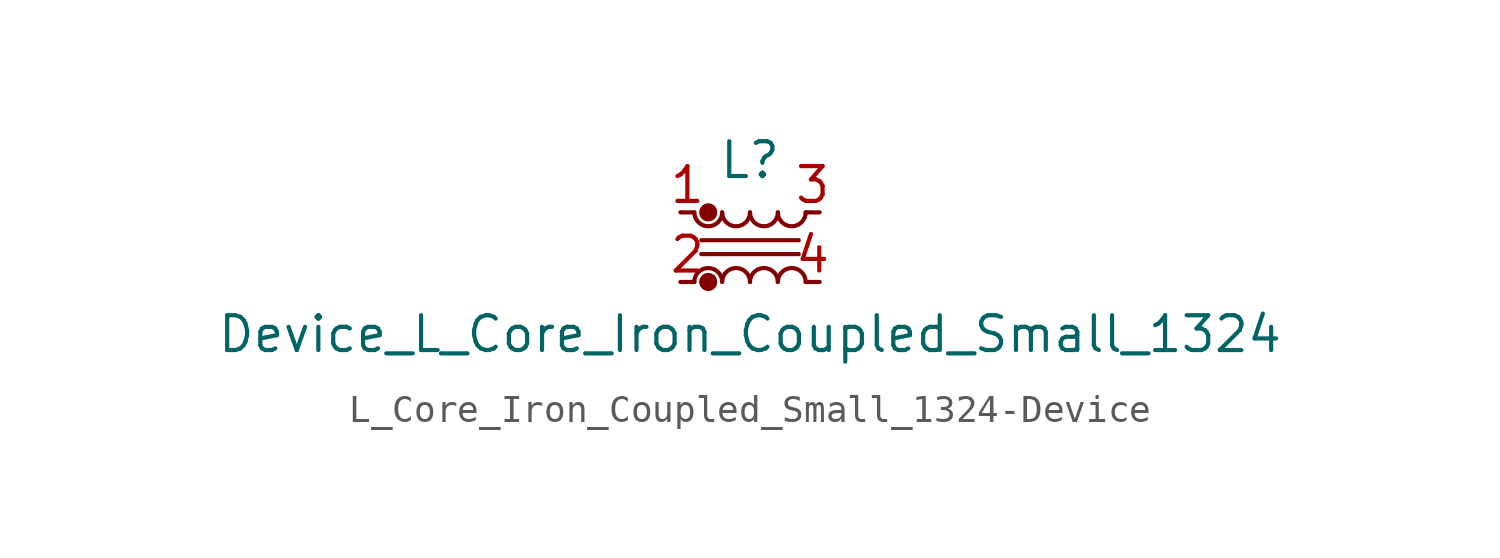
<source format=kicad_sym>
(kicad_symbol_lib
  (version 20220914)
  (generator kicad_symbol_editor)
  (symbol "L_Core_Iron_Coupled_Small_1324-Device"
    (pin_names
      (offset 0.254) hide)
    (property "Reference" "L"
      (at 0 3.175 0)
      (effects (font (size 1.27 1.27))))
    (property "Value" "Device_L_Core_Iron_Coupled_Small_1324"
      (at 0 -3.175 0)
      (effects (font (size 1.27 1.27))))
    (symbol "L_Core_Iron_Coupled_Small_1324-Device_0_1"
      (arc (start -2.032 1.27) (mid -1.524 0.762) (end -1.016 1.27) (stroke (width 0) (type solid)) (fill (type none)))
      (circle (center -1.524 -1.27) (radius 0.254) (stroke (width 0) (type solid)) (fill (type outline)))
      (circle (center -1.524 1.27) (radius 0.254) (stroke (width 0) (type solid)) (fill (type outline)))
      (arc (start -1.016 -1.27) (mid -1.524 -0.762) (end -2.032 -1.27) (stroke (width 0) (type solid)) (fill (type none)))
      (arc (start -1.016 1.27) (mid -0.508 0.762) (end 0 1.27) (stroke (width 0) (type solid)) (fill (type none)))
      (arc (start 0 -1.27) (mid -0.508 -0.762) (end -1.016 -1.27) (stroke (width 0) (type solid)) (fill (type none)))
      (polyline (pts (xy 1.778 -0.254) (xy -1.778 -0.254)) (stroke (width 0) (type solid)) (fill (type none)))
      (polyline (pts (xy 1.778 0.254) (xy -1.778 0.254)) (stroke (width 0) (type solid)) (fill (type none)))
      (arc (start 0 1.27) (mid 0.508 0.762) (end 1.016 1.27) (stroke (width 0) (type solid)) (fill (type none)))
      (arc (start 1.016 -1.27) (mid 0.508 -0.762) (end 0 -1.27) (stroke (width 0) (type solid)) (fill (type none)))
      (arc (start 1.016 1.27) (mid 1.524 0.762) (end 2.032 1.27) (stroke (width 0) (type solid)) (fill (type none)))
      (arc (start 2.032 -1.27) (mid 1.524 -0.762) (end 1.016 -1.27) (stroke (width 0) (type solid)) (fill (type none))))
    (symbol "L_Core_Iron_Coupled_Small_1324-Device_1_1"
      (pin passive line (at -2.54 1.27 0) (length 0.508) (name "1" (effects (font (size 1.27 1.27)))) (number "1" (effects (font (size 1.27 1.27)))))
      (pin passive line (at -2.54 -1.27 0) (length 0.508) (name "2" (effects (font (size 1.27 1.27)))) (number "2" (effects (font (size 1.27 1.27)))))
      (pin passive line (at 2.54 1.27 180) (length 0.508) (name "3" (effects (font (size 1.27 1.27)))) (number "3" (effects (font (size 1.27 1.27)))))
      (pin passive line (at 2.54 -1.27 180) (length 0.508) (name "4" (effects (font (size 1.27 1.27)))) (number "4" (effects (font (size 1.27 1.27))))))))
</source>
